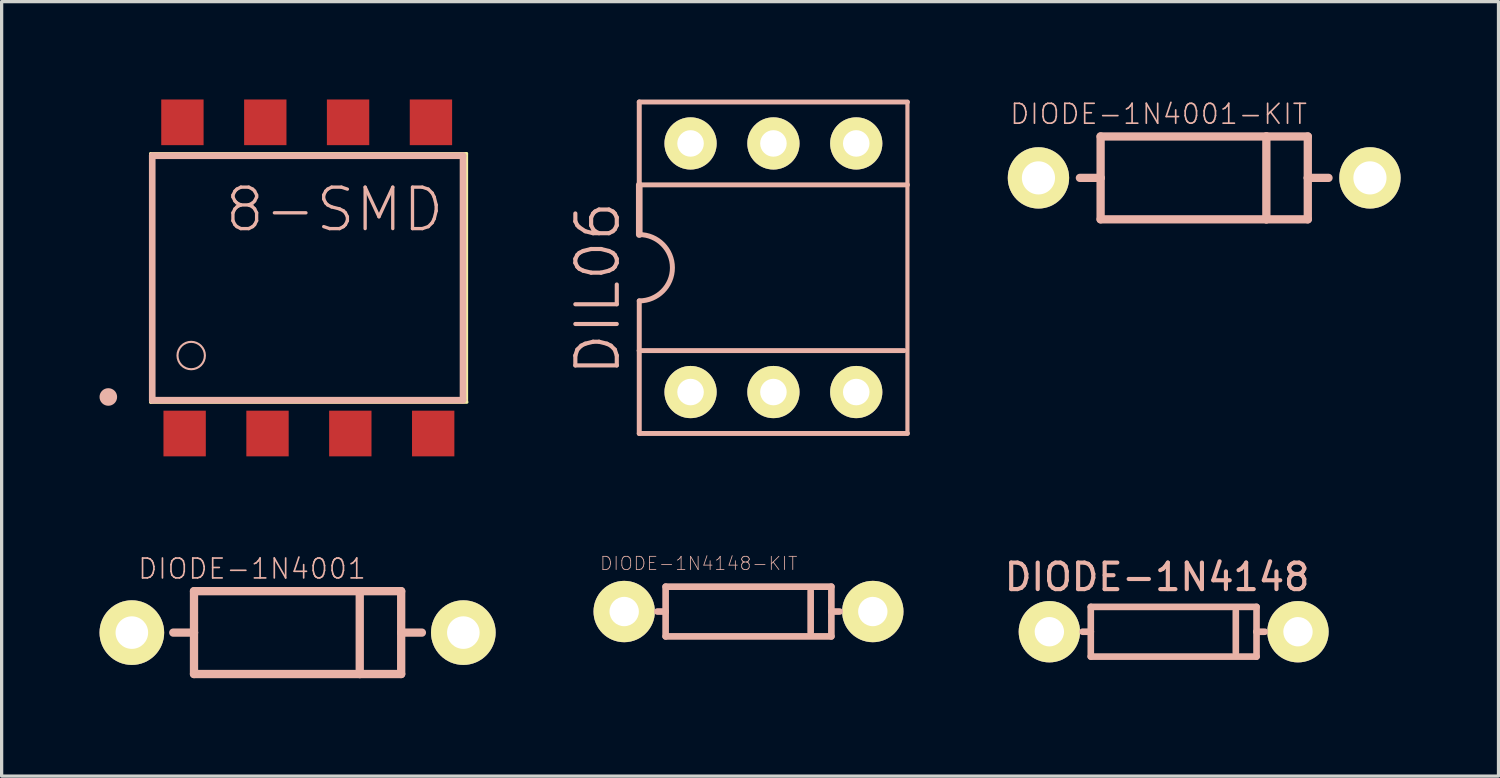
<source format=kicad_pcb>
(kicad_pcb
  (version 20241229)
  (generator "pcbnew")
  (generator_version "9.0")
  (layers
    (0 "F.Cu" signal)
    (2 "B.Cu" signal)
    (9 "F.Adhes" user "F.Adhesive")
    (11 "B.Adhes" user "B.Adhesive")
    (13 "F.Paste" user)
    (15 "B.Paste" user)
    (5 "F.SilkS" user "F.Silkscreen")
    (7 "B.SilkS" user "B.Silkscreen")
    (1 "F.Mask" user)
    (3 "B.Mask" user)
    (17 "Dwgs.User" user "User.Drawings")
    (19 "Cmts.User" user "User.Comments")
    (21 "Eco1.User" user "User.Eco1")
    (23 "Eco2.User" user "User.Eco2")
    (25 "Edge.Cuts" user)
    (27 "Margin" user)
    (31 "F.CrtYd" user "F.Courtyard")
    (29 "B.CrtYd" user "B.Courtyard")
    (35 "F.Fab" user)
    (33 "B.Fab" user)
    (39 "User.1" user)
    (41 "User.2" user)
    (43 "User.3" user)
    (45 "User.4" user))
  (footprint "DIL06"
    (layer "F.Cu")
    (at 21.623 5.156)
    (property "Reference" "DIL06" (at -6.35 0.635 90) (layer "B.SilkS") (effects (font (size 1.27 1.27) (thickness 0.127))))
    (attr exclude_from_pos_files exclude_from_bom)
    (fp_line (start -5.08 -5.08) (end -5.08 -2.54) (stroke (width 0.152) (type solid)) (layer "B.SilkS"))
    (fp_line (start -5.08 -2.54) (end -5.08 -1.016) (stroke (width 0.203) (type solid)) (layer "B.SilkS"))
    (fp_line (start -5.08 -2.54) (end 3.139 -2.54) (stroke (width 0.152) (type solid)) (layer "B.SilkS"))
    (fp_line (start -5.08 2.54) (end -5.08 1.016) (stroke (width 0.152) (type solid)) (layer "B.SilkS"))
    (fp_line (start -5.08 2.54) (end 3.038 2.54) (stroke (width 0.152) (type solid)) (layer "B.SilkS"))
    (fp_line (start -5.08 5.08) (end -5.08 2.54) (stroke (width 0.152) (type solid)) (layer "B.SilkS"))
    (fp_line (start -5.08 5.08) (end 3.139 5.08) (stroke (width 0.152) (type solid)) (layer "B.SilkS"))
    (fp_line (start 3.139 -5.08) (end -5.08 -5.08) (stroke (width 0.152) (type solid)) (layer "B.SilkS"))
    (fp_line (start 3.139 -5.08) (end 3.139 5.08) (stroke (width 0.127) (type solid)) (layer "B.SilkS"))
    (fp_arc (start -5.08 -1.016) (mid -4.064 0) (end -5.08 1.016) (stroke (width 0.1524) (type solid)) (layer "B.SilkS"))
    (pad "1" thru_hole circle (at -3.508 3.81) (size 1.6 1.6) (drill 0.813) (layers "*.Cu" "F.Mask" "F.SilkS" "F.Paste"))
    (pad "2" thru_hole circle (at -0.968 3.81) (size 1.6 1.6) (drill 0.813) (layers "*.Cu" "F.Mask" "F.SilkS" "F.Paste"))
    (pad "3" thru_hole circle (at 1.57 3.81) (size 1.6 1.6) (drill 0.813) (layers "*.Cu" "F.Mask" "F.SilkS" "F.Paste"))
    (pad "4" thru_hole circle (at 1.57 -3.81) (size 1.6 1.6) (drill 0.813) (layers "*.Cu" "F.Mask" "F.SilkS" "F.Paste"))
    (pad "5" thru_hole circle (at -0.968 -3.81) (size 1.6 1.6) (drill 0.813) (layers "*.Cu" "F.Mask" "F.SilkS" "F.Paste"))
    (pad "6" thru_hole circle (at -3.508 -3.81) (size 1.6 1.6) (drill 0.813) (layers "*.Cu" "F.Mask" "F.SilkS" "F.Paste")))
  (footprint "8-SMD"
    (layer "F.Cu")
    (at 6.569 5.279)
    (property "Reference" "8-SMD" (at 0.635 -1.905 0) (layer "B.SilkS") (effects (font (size 1.27 1.27) (thickness 0.102))))
    (attr smd)
    (fp_line (start -4.999 -3.619) (end 4.679 -3.619) (stroke (width 0.099) (type solid)) (layer "F.SilkS"))
    (fp_line (start -4.999 3.998) (end -4.999 -3.619) (stroke (width 0.099) (type solid)) (layer "F.SilkS"))
    (fp_line (start -4.999 3.998) (end 4.689 3.998) (stroke (width 0.099) (type solid)) (layer "F.SilkS"))
    (fp_line (start 4.679 -3.619) (end 4.679 3.978) (stroke (width 0.099) (type solid)) (layer "F.SilkS"))
    (fp_line (start -4.953 -3.556) (end 4.572 -3.556) (stroke (width 0.203) (type solid)) (layer "B.SilkS"))
    (fp_line (start -4.953 3.937) (end -4.953 -3.556) (stroke (width 0.203) (type solid)) (layer "B.SilkS"))
    (fp_line (start 4.572 -3.556) (end 4.572 3.937) (stroke (width 0.203) (type solid)) (layer "B.SilkS"))
    (fp_line (start 4.572 3.937) (end -4.953 3.937) (stroke (width 0.203) (type solid)) (layer "B.SilkS"))
    (fp_circle (center -6.299 3.838) (end -6.49 4.028) (stroke (width 0) (type solid)) (fill yes) (layer "B.SilkS"))
    (fp_circle (center -3.759 2.568) (end -4.056 2.865) (stroke (width 0.064) (type solid)) (fill no) (layer "B.SilkS"))
    (pad "1" smd rect (at -3.96 4.958) (size 1.298 1.4) (layers "F.Cu" "F.Mask" "F.Paste"))
    (pad "2" smd rect (at -1.42 4.958) (size 1.298 1.4) (layers "F.Cu" "F.Mask" "F.Paste"))
    (pad "3" smd rect (at 1.118 4.958) (size 1.298 1.4) (layers "F.Cu" "F.Mask" "F.Paste"))
    (pad "4" smd rect (at 3.658 4.958) (size 1.298 1.4) (layers "F.Cu" "F.Mask" "F.Paste"))
    (pad "5" smd rect (at 3.589 -4.58) (size 1.298 1.4) (layers "F.Cu" "F.Mask" "F.Paste"))
    (pad "6" smd rect (at 1.049 -4.58) (size 1.298 1.4) (layers "F.Cu" "F.Mask" "F.Paste"))
    (pad "7" smd rect (at -1.488 -4.58) (size 1.298 1.4) (layers "F.Cu" "F.Mask" "F.Paste"))
    (pad "8" smd rect (at -4.028 -4.58) (size 1.298 1.4) (layers "F.Cu" "F.Mask" "F.Paste")))
  (footprint "DIODE-1N4148-KIT"
    (layer "F.Cu")
    (at 19.891 15.693)
    (property "Reference" "DIODE-1N4148-KIT" (at -1.524 -1.473 0) (layer "B.SilkS") (effects (font (size 0.406 0.406) (thickness 0.025))))
    (attr exclude_from_pos_files exclude_from_bom)
    (fp_circle (center -3.81 0) (end -4.28 0.47) (stroke (width 0) (type solid)) (fill yes) (layer "F.SilkS"))
    (fp_circle (center -3.81 0) (end -4.039 0.229) (stroke (width 0) (type solid)) (fill yes) (layer "F.SilkS"))
    (fp_circle (center -3.81 0) (end -4.039 0.229) (stroke (width 0) (type solid)) (fill yes) (layer "F.SilkS"))
    (fp_circle (center 3.81 0) (end 4.039 0.229) (stroke (width 0) (type solid)) (fill yes) (layer "F.SilkS"))
    (fp_circle (center 3.81 0) (end 4.28 0.47) (stroke (width 0) (type solid)) (fill yes) (layer "F.SilkS"))
    (fp_line (start -2.54 -0.762) (end 2.54 -0.762) (stroke (width 0.203) (type solid)) (layer "B.SilkS"))
    (fp_line (start -2.54 0) (end -2.794 0) (stroke (width 0.203) (type solid)) (layer "B.SilkS"))
    (fp_line (start -2.54 0) (end -2.54 -0.762) (stroke (width 0.203) (type solid)) (layer "B.SilkS"))
    (fp_line (start -2.54 0.762) (end -2.54 0) (stroke (width 0.203) (type solid)) (layer "B.SilkS"))
    (fp_line (start 1.905 -0.635) (end 1.905 0.635) (stroke (width 0.203) (type solid)) (layer "B.SilkS"))
    (fp_line (start 2.54 -0.762) (end 2.54 0) (stroke (width 0.203) (type solid)) (layer "B.SilkS"))
    (fp_line (start 2.54 0) (end 2.54 0.762) (stroke (width 0.203) (type solid)) (layer "B.SilkS"))
    (fp_line (start 2.54 0) (end 2.794 0) (stroke (width 0.203) (type solid)) (layer "B.SilkS"))
    (fp_line (start 2.54 0.762) (end -2.54 0.762) (stroke (width 0.203) (type solid)) (layer "B.SilkS"))
    (pad "A" thru_hole circle (at -3.81 0) (size 1.88 1.88) (drill 0.899) (layers "*.Cu" "F.Mask" "F.SilkS" "F.Paste"))
    (pad "C" thru_hole circle (at 3.81 0) (size 1.88 1.88) (drill 0.899) (layers "*.Cu" "F.Mask" "F.SilkS" "F.Paste")))
  (footprint "DIODE-1N4001"
    (layer "F.Cu")
    (at 6.071 16.339)
    (property "Reference" "DIODE-1N4001" (at -1.397 -1.956 0) (layer "B.SilkS") (effects (font (size 0.61 0.61) (thickness 0.051))))
    (attr exclude_from_pos_files exclude_from_bom)
    (fp_line (start -3.175 -1.27) (end -3.175 0) (stroke (width 0.254) (type solid)) (layer "B.SilkS"))
    (fp_line (start -3.175 0) (end -3.81 0) (stroke (width 0.254) (type solid)) (layer "B.SilkS"))
    (fp_line (start -3.175 0) (end -3.175 1.27) (stroke (width 0.254) (type solid)) (layer "B.SilkS"))
    (fp_line (start -3.175 1.27) (end 1.905 1.27) (stroke (width 0.254) (type solid)) (layer "B.SilkS"))
    (fp_line (start 1.905 -1.27) (end -3.175 -1.27) (stroke (width 0.254) (type solid)) (layer "B.SilkS"))
    (fp_line (start 1.905 -1.27) (end 1.905 1.27) (stroke (width 0.254) (type solid)) (layer "B.SilkS"))
    (fp_line (start 1.905 1.27) (end 3.175 1.27) (stroke (width 0.254) (type solid)) (layer "B.SilkS"))
    (fp_line (start 3.175 -1.27) (end 1.905 -1.27) (stroke (width 0.254) (type solid)) (layer "B.SilkS"))
    (fp_line (start 3.175 0) (end 3.175 -1.27) (stroke (width 0.254) (type solid)) (layer "B.SilkS"))
    (fp_line (start 3.175 0) (end 3.81 0) (stroke (width 0.254) (type solid)) (layer "B.SilkS"))
    (fp_line (start 3.175 1.27) (end 3.175 0) (stroke (width 0.254) (type solid)) (layer "B.SilkS"))
    (pad "A" thru_hole circle (at -5.08 0) (size 1.981 1.981) (drill 0.998) (layers "*.Cu" "F.Mask" "F.SilkS" "F.Paste"))
    (pad "C" thru_hole circle (at 5.08 0) (size 1.981 1.981) (drill 0.998) (layers "*.Cu" "F.Mask" "F.SilkS" "F.Paste")))
  (footprint "DIODE-1N4148"
    (layer "F.Cu")
    (at 32.922 16.312)
    (property "Reference" "DIODE-1N4148" (at -0.508 -1.676 0) (layer "B.SilkS") (effects (font (size 0.813 0.813) (thickness 0.127))))
    (attr exclude_from_pos_files exclude_from_bom)
    (fp_line (start -2.54 -0.762) (end 2.54 -0.762) (stroke (width 0.203) (type solid)) (layer "B.SilkS"))
    (fp_line (start -2.54 0) (end -2.794 0) (stroke (width 0.203) (type solid)) (layer "B.SilkS"))
    (fp_line (start -2.54 0) (end -2.54 -0.762) (stroke (width 0.203) (type solid)) (layer "B.SilkS"))
    (fp_line (start -2.54 0.762) (end -2.54 0) (stroke (width 0.203) (type solid)) (layer "B.SilkS"))
    (fp_line (start 1.905 -0.635) (end 1.905 0.635) (stroke (width 0.203) (type solid)) (layer "B.SilkS"))
    (fp_line (start 2.54 -0.762) (end 2.54 0) (stroke (width 0.203) (type solid)) (layer "B.SilkS"))
    (fp_line (start 2.54 0) (end 2.54 0.762) (stroke (width 0.203) (type solid)) (layer "B.SilkS"))
    (fp_line (start 2.54 0) (end 2.794 0) (stroke (width 0.203) (type solid)) (layer "B.SilkS"))
    (fp_line (start 2.54 0.762) (end -2.54 0.762) (stroke (width 0.203) (type solid)) (layer "B.SilkS"))
    (pad "A" thru_hole circle (at -3.81 0) (size 1.88 1.88) (drill 0.899) (layers "*.Cu" "F.Mask" "F.SilkS" "F.Paste"))
    (pad "C" thru_hole circle (at 3.81 0) (size 1.88 1.88) (drill 0.899) (layers "*.Cu" "F.Mask" "F.SilkS" "F.Paste")))
  (footprint "DIODE-1N4001-KIT"
    (layer "F.Cu")
    (at 33.858 2.402)
    (property "Reference" "DIODE-1N4001-KIT" (at -1.397 -1.956 0) (layer "B.SilkS") (effects (font (size 0.61 0.61) (thickness 0.051))))
    (attr exclude_from_pos_files exclude_from_bom)
    (fp_circle (center -5.08 0) (end -5.575 0.495) (stroke (width 0) (type solid)) (fill yes) (layer "F.SilkS"))
    (fp_circle (center -5.08 0) (end -5.334 0.254) (stroke (width 0) (type solid)) (fill yes) (layer "F.SilkS"))
    (fp_circle (center 5.08 0) (end 5.334 0.254) (stroke (width 0) (type solid)) (fill yes) (layer "F.SilkS"))
    (fp_circle (center 5.08 0) (end 5.575 0.495) (stroke (width 0) (type solid)) (fill yes) (layer "F.SilkS"))
    (fp_line (start -3.175 -1.27) (end -3.175 0) (stroke (width 0.254) (type solid)) (layer "B.SilkS"))
    (fp_line (start -3.175 0) (end -3.81 0) (stroke (width 0.254) (type solid)) (layer "B.SilkS"))
    (fp_line (start -3.175 0) (end -3.175 1.27) (stroke (width 0.254) (type solid)) (layer "B.SilkS"))
    (fp_line (start -3.175 1.27) (end 1.905 1.27) (stroke (width 0.254) (type solid)) (layer "B.SilkS"))
    (fp_line (start 1.905 -1.27) (end -3.175 -1.27) (stroke (width 0.254) (type solid)) (layer "B.SilkS"))
    (fp_line (start 1.905 -1.27) (end 1.905 1.27) (stroke (width 0.254) (type solid)) (layer "B.SilkS"))
    (fp_line (start 1.905 1.27) (end 3.175 1.27) (stroke (width 0.254) (type solid)) (layer "B.SilkS"))
    (fp_line (start 3.175 -1.27) (end 1.905 -1.27) (stroke (width 0.254) (type solid)) (layer "B.SilkS"))
    (fp_line (start 3.175 0) (end 3.175 -1.27) (stroke (width 0.254) (type solid)) (layer "B.SilkS"))
    (fp_line (start 3.175 0) (end 3.81 0) (stroke (width 0.254) (type solid)) (layer "B.SilkS"))
    (fp_line (start 3.175 1.27) (end 3.175 0) (stroke (width 0.254) (type solid)) (layer "B.SilkS"))
    (pad "A" thru_hole circle (at -5.08 0) (size 1.88 1.88) (drill 1.016) (layers "*.Cu" "F.Mask" "F.SilkS" "F.Paste"))
    (pad "C" thru_hole circle (at 5.08 0) (size 1.88 1.88) (drill 1.016) (layers "*.Cu" "F.Mask" "F.SilkS" "F.Paste")))
  (gr_rect
    (start -3 -3)
    (end 42.878 20.736)
    (stroke (width 0.1) (type default))
    (fill no)
    (layer "Edge.Cuts")))
</source>
